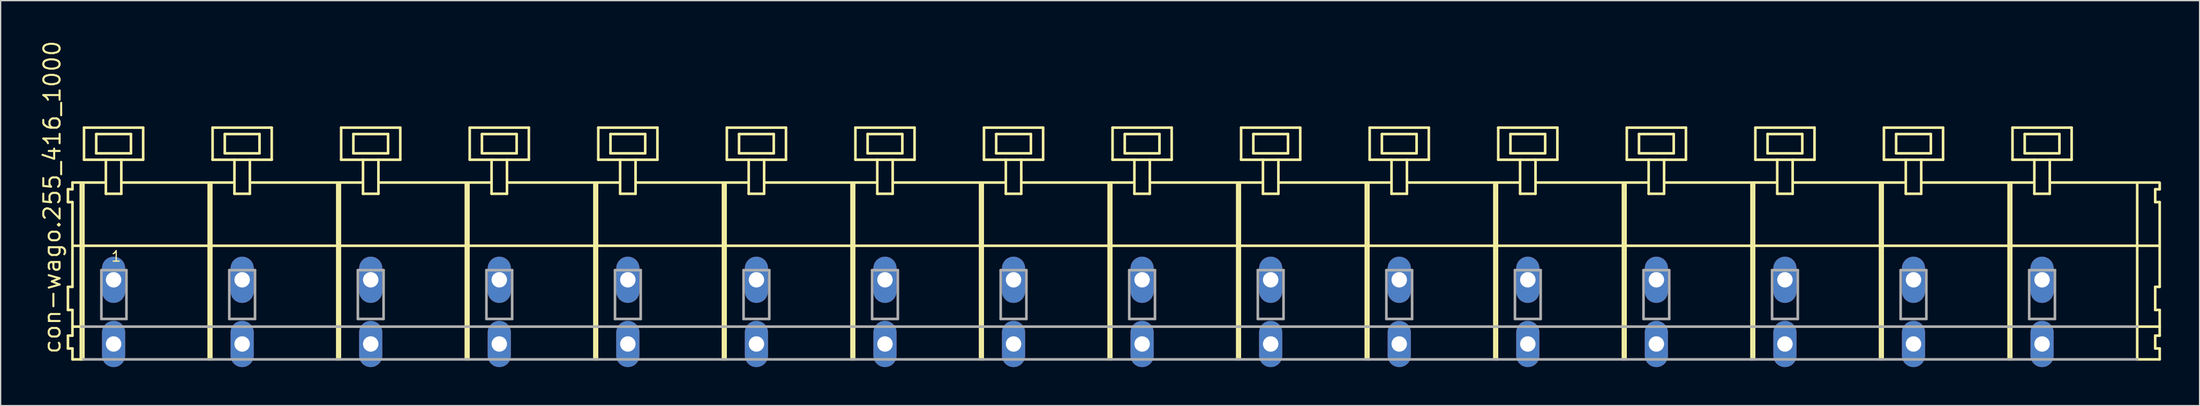
<source format=kicad_pcb>
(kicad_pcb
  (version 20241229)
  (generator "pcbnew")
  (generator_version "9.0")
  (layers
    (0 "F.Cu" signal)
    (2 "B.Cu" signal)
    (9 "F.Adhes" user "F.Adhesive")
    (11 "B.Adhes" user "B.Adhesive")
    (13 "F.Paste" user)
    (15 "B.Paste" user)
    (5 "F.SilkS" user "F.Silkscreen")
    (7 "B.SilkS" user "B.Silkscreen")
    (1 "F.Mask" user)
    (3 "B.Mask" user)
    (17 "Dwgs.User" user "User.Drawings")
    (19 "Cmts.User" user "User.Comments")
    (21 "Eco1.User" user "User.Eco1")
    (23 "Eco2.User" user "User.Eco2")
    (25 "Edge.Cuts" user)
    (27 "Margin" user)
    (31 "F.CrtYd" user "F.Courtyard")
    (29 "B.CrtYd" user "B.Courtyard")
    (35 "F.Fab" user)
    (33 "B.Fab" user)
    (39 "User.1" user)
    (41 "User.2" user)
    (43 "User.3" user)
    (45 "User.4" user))
  (footprint "con-wago.255_416_1000"
    (layer "F.Cu")
    (at 83.285 18.743)
    (property "Reference" "con-wago.255_416_1000" (at -81.535 5.855 90) (layer "F.SilkS") (effects (font (size 1.27 1.27) (thickness 0.16)) (justify left bottom)))
    (attr through_hole)
    (fp_line (start -81.05 -7.05) (end -81.05 -6.05) (stroke (width 0.203) (type default)) (layer "F.SilkS"))
    (fp_line (start -81.05 -6.05) (end -80.7 -6.05) (stroke (width 0.203) (type default)) (layer "F.SilkS"))
    (fp_line (start -81.05 0.55) (end -81.05 2.35) (stroke (width 0.203) (type default)) (layer "F.SilkS"))
    (fp_line (start -81.05 2.35) (end -80.7 2.35) (stroke (width 0.203) (type default)) (layer "F.SilkS"))
    (fp_line (start -81.05 4.35) (end -81.05 5.35) (stroke (width 0.203) (type default)) (layer "F.SilkS"))
    (fp_line (start -81.05 5.35) (end -80.7 5.35) (stroke (width 0.203) (type default)) (layer "F.SilkS"))
    (fp_line (start -80.7 -7.575) (end -80.7 -7.05) (stroke (width 0.203) (type default)) (layer "F.SilkS"))
    (fp_line (start -80.7 -7.575) (end -78.125 -7.575) (stroke (width 0.203) (type default)) (layer "F.SilkS"))
    (fp_line (start -80.7 -7.05) (end -81.05 -7.05) (stroke (width 0.203) (type default)) (layer "F.SilkS"))
    (fp_line (start -80.7 -6.05) (end -80.7 0.55) (stroke (width 0.203) (type default)) (layer "F.SilkS"))
    (fp_line (start -80.7 0.55) (end -81.05 0.55) (stroke (width 0.203) (type default)) (layer "F.SilkS"))
    (fp_line (start -80.7 2.35) (end -80.7 4.35) (stroke (width 0.203) (type default)) (layer "F.SilkS"))
    (fp_line (start -80.7 3.65) (end -80 3.65) (stroke (width 0.203) (type default)) (layer "F.SilkS"))
    (fp_line (start -80.7 4.35) (end -81.05 4.35) (stroke (width 0.203) (type default)) (layer "F.SilkS"))
    (fp_line (start -80.7 5.35) (end -80.7 6.2) (stroke (width 0.203) (type default)) (layer "F.SilkS"))
    (fp_line (start -80.7 6.2) (end -80.05 6.2) (stroke (width 0.203) (type default)) (layer "F.SilkS"))
    (fp_line (start -80.65 -2.65) (end 81.6 -2.65) (stroke (width 0.203) (type default)) (layer "F.SilkS"))
    (fp_line (start -80.05 -7.55) (end -80.05 6.2) (stroke (width 0.203) (type default)) (layer "F.SilkS"))
    (fp_line (start -80.05 6.2) (end -79.85 6.2) (stroke (width 0.203) (type default)) (layer "F.SilkS"))
    (fp_line (start -79.85 -7.55) (end -79.85 6.2) (stroke (width 0.203) (type default)) (layer "F.SilkS"))
    (fp_line (start -79.8 -11.85) (end -79.8 -9.35) (stroke (width 0.203) (type default)) (layer "F.SilkS"))
    (fp_line (start -79.8 -9.35) (end -78.1 -9.35) (stroke (width 0.203) (type default)) (layer "F.SilkS"))
    (fp_line (start -78.85 -11.35) (end -78.85 -9.85) (stroke (width 0.203) (type default)) (layer "F.SilkS"))
    (fp_line (start -78.85 -9.85) (end -76.15 -9.85) (stroke (width 0.203) (type default)) (layer "F.SilkS"))
    (fp_line (start -78.1 -9.35) (end -78.1 -6.7) (stroke (width 0.203) (type default)) (layer "F.SilkS"))
    (fp_line (start -78.1 -9.35) (end -76.9 -9.35) (stroke (width 0.203) (type default)) (layer "F.SilkS"))
    (fp_line (start -78.1 -6.7) (end -76.9 -6.7) (stroke (width 0.203) (type default)) (layer "F.SilkS"))
    (fp_line (start -76.9 -9.35) (end -75.2 -9.35) (stroke (width 0.203) (type default)) (layer "F.SilkS"))
    (fp_line (start -76.9 -6.7) (end -76.9 -9.35) (stroke (width 0.203) (type default)) (layer "F.SilkS"))
    (fp_line (start -76.825 -7.575) (end -68.125 -7.575) (stroke (width 0.203) (type default)) (layer "F.SilkS"))
    (fp_line (start -76.15 -11.35) (end -78.85 -11.35) (stroke (width 0.203) (type default)) (layer "F.SilkS"))
    (fp_line (start -76.15 -9.85) (end -76.15 -11.35) (stroke (width 0.203) (type default)) (layer "F.SilkS"))
    (fp_line (start -75.2 -11.85) (end -79.8 -11.85) (stroke (width 0.203) (type default)) (layer "F.SilkS"))
    (fp_line (start -75.2 -9.35) (end -75.2 -11.85) (stroke (width 0.203) (type default)) (layer "F.SilkS"))
    (fp_line (start -70.1 -7.55) (end -70.1 6.2) (stroke (width 0.203) (type default)) (layer "F.SilkS"))
    (fp_line (start -69.9 -7.55) (end -69.9 6.2) (stroke (width 0.203) (type default)) (layer "F.SilkS"))
    (fp_line (start -69.8 -11.85) (end -69.8 -9.35) (stroke (width 0.203) (type default)) (layer "F.SilkS"))
    (fp_line (start -69.8 -9.35) (end -68.1 -9.35) (stroke (width 0.203) (type default)) (layer "F.SilkS"))
    (fp_line (start -68.85 -11.35) (end -68.85 -9.85) (stroke (width 0.203) (type default)) (layer "F.SilkS"))
    (fp_line (start -68.85 -9.85) (end -66.15 -9.85) (stroke (width 0.203) (type default)) (layer "F.SilkS"))
    (fp_line (start -68.1 -9.35) (end -68.1 -6.7) (stroke (width 0.203) (type default)) (layer "F.SilkS"))
    (fp_line (start -68.1 -9.35) (end -66.9 -9.35) (stroke (width 0.203) (type default)) (layer "F.SilkS"))
    (fp_line (start -68.1 -6.7) (end -66.9 -6.7) (stroke (width 0.203) (type default)) (layer "F.SilkS"))
    (fp_line (start -66.9 -9.35) (end -65.2 -9.35) (stroke (width 0.203) (type default)) (layer "F.SilkS"))
    (fp_line (start -66.9 -6.7) (end -66.9 -9.35) (stroke (width 0.203) (type default)) (layer "F.SilkS"))
    (fp_line (start -66.825 -7.575) (end -58.125 -7.575) (stroke (width 0.203) (type default)) (layer "F.SilkS"))
    (fp_line (start -66.15 -11.35) (end -68.85 -11.35) (stroke (width 0.203) (type default)) (layer "F.SilkS"))
    (fp_line (start -66.15 -9.85) (end -66.15 -11.35) (stroke (width 0.203) (type default)) (layer "F.SilkS"))
    (fp_line (start -65.2 -11.85) (end -69.8 -11.85) (stroke (width 0.203) (type default)) (layer "F.SilkS"))
    (fp_line (start -65.2 -9.35) (end -65.2 -11.85) (stroke (width 0.203) (type default)) (layer "F.SilkS"))
    (fp_line (start -60.1 -7.55) (end -60.1 6.2) (stroke (width 0.203) (type default)) (layer "F.SilkS"))
    (fp_line (start -59.9 -7.55) (end -59.9 6.2) (stroke (width 0.203) (type default)) (layer "F.SilkS"))
    (fp_line (start -59.8 -11.85) (end -59.8 -9.35) (stroke (width 0.203) (type default)) (layer "F.SilkS"))
    (fp_line (start -59.8 -9.35) (end -58.1 -9.35) (stroke (width 0.203) (type default)) (layer "F.SilkS"))
    (fp_line (start -58.85 -11.35) (end -58.85 -9.85) (stroke (width 0.203) (type default)) (layer "F.SilkS"))
    (fp_line (start -58.85 -9.85) (end -56.15 -9.85) (stroke (width 0.203) (type default)) (layer "F.SilkS"))
    (fp_line (start -58.1 -9.35) (end -58.1 -6.7) (stroke (width 0.203) (type default)) (layer "F.SilkS"))
    (fp_line (start -58.1 -9.35) (end -56.9 -9.35) (stroke (width 0.203) (type default)) (layer "F.SilkS"))
    (fp_line (start -58.1 -6.7) (end -56.9 -6.7) (stroke (width 0.203) (type default)) (layer "F.SilkS"))
    (fp_line (start -56.9 -9.35) (end -55.2 -9.35) (stroke (width 0.203) (type default)) (layer "F.SilkS"))
    (fp_line (start -56.9 -6.7) (end -56.9 -9.35) (stroke (width 0.203) (type default)) (layer "F.SilkS"))
    (fp_line (start -56.825 -7.575) (end -48.125 -7.575) (stroke (width 0.203) (type default)) (layer "F.SilkS"))
    (fp_line (start -56.15 -11.35) (end -58.85 -11.35) (stroke (width 0.203) (type default)) (layer "F.SilkS"))
    (fp_line (start -56.15 -9.85) (end -56.15 -11.35) (stroke (width 0.203) (type default)) (layer "F.SilkS"))
    (fp_line (start -55.2 -11.85) (end -59.8 -11.85) (stroke (width 0.203) (type default)) (layer "F.SilkS"))
    (fp_line (start -55.2 -9.35) (end -55.2 -11.85) (stroke (width 0.203) (type default)) (layer "F.SilkS"))
    (fp_line (start -50.1 -7.55) (end -50.1 6.2) (stroke (width 0.203) (type default)) (layer "F.SilkS"))
    (fp_line (start -49.9 -7.55) (end -49.9 6.2) (stroke (width 0.203) (type default)) (layer "F.SilkS"))
    (fp_line (start -49.8 -11.85) (end -49.8 -9.35) (stroke (width 0.203) (type default)) (layer "F.SilkS"))
    (fp_line (start -49.8 -9.35) (end -48.1 -9.35) (stroke (width 0.203) (type default)) (layer "F.SilkS"))
    (fp_line (start -48.85 -11.35) (end -48.85 -9.85) (stroke (width 0.203) (type default)) (layer "F.SilkS"))
    (fp_line (start -48.85 -9.85) (end -46.15 -9.85) (stroke (width 0.203) (type default)) (layer "F.SilkS"))
    (fp_line (start -48.1 -9.35) (end -48.1 -6.7) (stroke (width 0.203) (type default)) (layer "F.SilkS"))
    (fp_line (start -48.1 -9.35) (end -46.9 -9.35) (stroke (width 0.203) (type default)) (layer "F.SilkS"))
    (fp_line (start -48.1 -6.7) (end -46.9 -6.7) (stroke (width 0.203) (type default)) (layer "F.SilkS"))
    (fp_line (start -46.9 -9.35) (end -45.2 -9.35) (stroke (width 0.203) (type default)) (layer "F.SilkS"))
    (fp_line (start -46.9 -6.7) (end -46.9 -9.35) (stroke (width 0.203) (type default)) (layer "F.SilkS"))
    (fp_line (start -46.825 -7.575) (end -38.125 -7.575) (stroke (width 0.203) (type default)) (layer "F.SilkS"))
    (fp_line (start -46.15 -11.35) (end -48.85 -11.35) (stroke (width 0.203) (type default)) (layer "F.SilkS"))
    (fp_line (start -46.15 -9.85) (end -46.15 -11.35) (stroke (width 0.203) (type default)) (layer "F.SilkS"))
    (fp_line (start -45.2 -11.85) (end -49.8 -11.85) (stroke (width 0.203) (type default)) (layer "F.SilkS"))
    (fp_line (start -45.2 -9.35) (end -45.2 -11.85) (stroke (width 0.203) (type default)) (layer "F.SilkS"))
    (fp_line (start -40.1 -7.55) (end -40.1 6.2) (stroke (width 0.203) (type default)) (layer "F.SilkS"))
    (fp_line (start -39.9 -7.55) (end -39.9 6.2) (stroke (width 0.203) (type default)) (layer "F.SilkS"))
    (fp_line (start -39.8 -11.85) (end -39.8 -9.35) (stroke (width 0.203) (type default)) (layer "F.SilkS"))
    (fp_line (start -39.8 -9.35) (end -38.1 -9.35) (stroke (width 0.203) (type default)) (layer "F.SilkS"))
    (fp_line (start -38.85 -11.35) (end -38.85 -9.85) (stroke (width 0.203) (type default)) (layer "F.SilkS"))
    (fp_line (start -38.85 -9.85) (end -36.15 -9.85) (stroke (width 0.203) (type default)) (layer "F.SilkS"))
    (fp_line (start -38.1 -9.35) (end -38.1 -6.7) (stroke (width 0.203) (type default)) (layer "F.SilkS"))
    (fp_line (start -38.1 -9.35) (end -36.9 -9.35) (stroke (width 0.203) (type default)) (layer "F.SilkS"))
    (fp_line (start -38.1 -6.7) (end -36.9 -6.7) (stroke (width 0.203) (type default)) (layer "F.SilkS"))
    (fp_line (start -36.9 -9.35) (end -35.2 -9.35) (stroke (width 0.203) (type default)) (layer "F.SilkS"))
    (fp_line (start -36.9 -6.7) (end -36.9 -9.35) (stroke (width 0.203) (type default)) (layer "F.SilkS"))
    (fp_line (start -36.825 -7.575) (end -28.125 -7.575) (stroke (width 0.203) (type default)) (layer "F.SilkS"))
    (fp_line (start -36.15 -11.35) (end -38.85 -11.35) (stroke (width 0.203) (type default)) (layer "F.SilkS"))
    (fp_line (start -36.15 -9.85) (end -36.15 -11.35) (stroke (width 0.203) (type default)) (layer "F.SilkS"))
    (fp_line (start -35.2 -11.85) (end -39.8 -11.85) (stroke (width 0.203) (type default)) (layer "F.SilkS"))
    (fp_line (start -35.2 -9.35) (end -35.2 -11.85) (stroke (width 0.203) (type default)) (layer "F.SilkS"))
    (fp_line (start -30.1 -7.55) (end -30.1 6.2) (stroke (width 0.203) (type default)) (layer "F.SilkS"))
    (fp_line (start -29.9 -7.55) (end -29.9 6.2) (stroke (width 0.203) (type default)) (layer "F.SilkS"))
    (fp_line (start -29.8 -11.85) (end -29.8 -9.35) (stroke (width 0.203) (type default)) (layer "F.SilkS"))
    (fp_line (start -29.8 -9.35) (end -28.1 -9.35) (stroke (width 0.203) (type default)) (layer "F.SilkS"))
    (fp_line (start -28.85 -11.35) (end -28.85 -9.85) (stroke (width 0.203) (type default)) (layer "F.SilkS"))
    (fp_line (start -28.85 -9.85) (end -26.15 -9.85) (stroke (width 0.203) (type default)) (layer "F.SilkS"))
    (fp_line (start -28.1 -9.35) (end -28.1 -6.7) (stroke (width 0.203) (type default)) (layer "F.SilkS"))
    (fp_line (start -28.1 -9.35) (end -26.9 -9.35) (stroke (width 0.203) (type default)) (layer "F.SilkS"))
    (fp_line (start -28.1 -6.7) (end -26.9 -6.7) (stroke (width 0.203) (type default)) (layer "F.SilkS"))
    (fp_line (start -26.9 -9.35) (end -25.2 -9.35) (stroke (width 0.203) (type default)) (layer "F.SilkS"))
    (fp_line (start -26.9 -6.7) (end -26.9 -9.35) (stroke (width 0.203) (type default)) (layer "F.SilkS"))
    (fp_line (start -26.825 -7.575) (end -18.125 -7.575) (stroke (width 0.203) (type default)) (layer "F.SilkS"))
    (fp_line (start -26.15 -11.35) (end -28.85 -11.35) (stroke (width 0.203) (type default)) (layer "F.SilkS"))
    (fp_line (start -26.15 -9.85) (end -26.15 -11.35) (stroke (width 0.203) (type default)) (layer "F.SilkS"))
    (fp_line (start -25.2 -11.85) (end -29.8 -11.85) (stroke (width 0.203) (type default)) (layer "F.SilkS"))
    (fp_line (start -25.2 -9.35) (end -25.2 -11.85) (stroke (width 0.203) (type default)) (layer "F.SilkS"))
    (fp_line (start -20.1 -7.55) (end -20.1 6.2) (stroke (width 0.203) (type default)) (layer "F.SilkS"))
    (fp_line (start -19.9 -7.55) (end -19.9 6.2) (stroke (width 0.203) (type default)) (layer "F.SilkS"))
    (fp_line (start -19.8 -11.85) (end -19.8 -9.35) (stroke (width 0.203) (type default)) (layer "F.SilkS"))
    (fp_line (start -19.8 -9.35) (end -18.1 -9.35) (stroke (width 0.203) (type default)) (layer "F.SilkS"))
    (fp_line (start -18.85 -11.35) (end -18.85 -9.85) (stroke (width 0.203) (type default)) (layer "F.SilkS"))
    (fp_line (start -18.85 -9.85) (end -16.15 -9.85) (stroke (width 0.203) (type default)) (layer "F.SilkS"))
    (fp_line (start -18.1 -9.35) (end -18.1 -6.7) (stroke (width 0.203) (type default)) (layer "F.SilkS"))
    (fp_line (start -18.1 -9.35) (end -16.9 -9.35) (stroke (width 0.203) (type default)) (layer "F.SilkS"))
    (fp_line (start -18.1 -6.7) (end -16.9 -6.7) (stroke (width 0.203) (type default)) (layer "F.SilkS"))
    (fp_line (start -16.9 -9.35) (end -15.2 -9.35) (stroke (width 0.203) (type default)) (layer "F.SilkS"))
    (fp_line (start -16.9 -6.7) (end -16.9 -9.35) (stroke (width 0.203) (type default)) (layer "F.SilkS"))
    (fp_line (start -16.825 -7.575) (end -8.125 -7.575) (stroke (width 0.203) (type default)) (layer "F.SilkS"))
    (fp_line (start -16.15 -11.35) (end -18.85 -11.35) (stroke (width 0.203) (type default)) (layer "F.SilkS"))
    (fp_line (start -16.15 -9.85) (end -16.15 -11.35) (stroke (width 0.203) (type default)) (layer "F.SilkS"))
    (fp_line (start -15.2 -11.85) (end -19.8 -11.85) (stroke (width 0.203) (type default)) (layer "F.SilkS"))
    (fp_line (start -15.2 -9.35) (end -15.2 -11.85) (stroke (width 0.203) (type default)) (layer "F.SilkS"))
    (fp_line (start -10.1 -7.55) (end -10.1 6.2) (stroke (width 0.203) (type default)) (layer "F.SilkS"))
    (fp_line (start -9.9 -7.55) (end -9.9 6.2) (stroke (width 0.203) (type default)) (layer "F.SilkS"))
    (fp_line (start -9.8 -11.85) (end -9.8 -9.35) (stroke (width 0.203) (type default)) (layer "F.SilkS"))
    (fp_line (start -9.8 -9.35) (end -8.1 -9.35) (stroke (width 0.203) (type default)) (layer "F.SilkS"))
    (fp_line (start -8.85 -11.35) (end -8.85 -9.85) (stroke (width 0.203) (type default)) (layer "F.SilkS"))
    (fp_line (start -8.85 -9.85) (end -6.15 -9.85) (stroke (width 0.203) (type default)) (layer "F.SilkS"))
    (fp_line (start -8.1 -9.35) (end -8.1 -6.7) (stroke (width 0.203) (type default)) (layer "F.SilkS"))
    (fp_line (start -8.1 -9.35) (end -6.9 -9.35) (stroke (width 0.203) (type default)) (layer "F.SilkS"))
    (fp_line (start -8.1 -6.7) (end -6.9 -6.7) (stroke (width 0.203) (type default)) (layer "F.SilkS"))
    (fp_line (start -6.9 -9.35) (end -5.2 -9.35) (stroke (width 0.203) (type default)) (layer "F.SilkS"))
    (fp_line (start -6.9 -6.7) (end -6.9 -9.35) (stroke (width 0.203) (type default)) (layer "F.SilkS"))
    (fp_line (start -6.825 -7.575) (end 1.875 -7.575) (stroke (width 0.203) (type default)) (layer "F.SilkS"))
    (fp_line (start -6.15 -11.35) (end -8.85 -11.35) (stroke (width 0.203) (type default)) (layer "F.SilkS"))
    (fp_line (start -6.15 -9.85) (end -6.15 -11.35) (stroke (width 0.203) (type default)) (layer "F.SilkS"))
    (fp_line (start -5.2 -11.85) (end -9.8 -11.85) (stroke (width 0.203) (type default)) (layer "F.SilkS"))
    (fp_line (start -5.2 -9.35) (end -5.2 -11.85) (stroke (width 0.203) (type default)) (layer "F.SilkS"))
    (fp_line (start -0.1 -7.55) (end -0.1 6.2) (stroke (width 0.203) (type default)) (layer "F.SilkS"))
    (fp_line (start 0.1 -7.55) (end 0.1 6.2) (stroke (width 0.203) (type default)) (layer "F.SilkS"))
    (fp_line (start 0.2 -11.85) (end 0.2 -9.35) (stroke (width 0.203) (type default)) (layer "F.SilkS"))
    (fp_line (start 0.2 -9.35) (end 1.9 -9.35) (stroke (width 0.203) (type default)) (layer "F.SilkS"))
    (fp_line (start 1.15 -11.35) (end 1.15 -9.85) (stroke (width 0.203) (type default)) (layer "F.SilkS"))
    (fp_line (start 1.15 -9.85) (end 3.85 -9.85) (stroke (width 0.203) (type default)) (layer "F.SilkS"))
    (fp_line (start 1.9 -9.35) (end 1.9 -6.7) (stroke (width 0.203) (type default)) (layer "F.SilkS"))
    (fp_line (start 1.9 -9.35) (end 3.1 -9.35) (stroke (width 0.203) (type default)) (layer "F.SilkS"))
    (fp_line (start 1.9 -6.7) (end 3.1 -6.7) (stroke (width 0.203) (type default)) (layer "F.SilkS"))
    (fp_line (start 3.1 -9.35) (end 4.8 -9.35) (stroke (width 0.203) (type default)) (layer "F.SilkS"))
    (fp_line (start 3.1 -6.7) (end 3.1 -9.35) (stroke (width 0.203) (type default)) (layer "F.SilkS"))
    (fp_line (start 3.175 -7.575) (end 11.875 -7.575) (stroke (width 0.203) (type default)) (layer "F.SilkS"))
    (fp_line (start 3.85 -11.35) (end 1.15 -11.35) (stroke (width 0.203) (type default)) (layer "F.SilkS"))
    (fp_line (start 3.85 -9.85) (end 3.85 -11.35) (stroke (width 0.203) (type default)) (layer "F.SilkS"))
    (fp_line (start 4.8 -11.85) (end 0.2 -11.85) (stroke (width 0.203) (type default)) (layer "F.SilkS"))
    (fp_line (start 4.8 -9.35) (end 4.8 -11.85) (stroke (width 0.203) (type default)) (layer "F.SilkS"))
    (fp_line (start 9.9 -7.55) (end 9.9 6.2) (stroke (width 0.203) (type default)) (layer "F.SilkS"))
    (fp_line (start 10.1 -7.55) (end 10.1 6.2) (stroke (width 0.203) (type default)) (layer "F.SilkS"))
    (fp_line (start 10.2 -11.85) (end 10.2 -9.35) (stroke (width 0.203) (type default)) (layer "F.SilkS"))
    (fp_line (start 10.2 -9.35) (end 11.9 -9.35) (stroke (width 0.203) (type default)) (layer "F.SilkS"))
    (fp_line (start 11.15 -11.35) (end 11.15 -9.85) (stroke (width 0.203) (type default)) (layer "F.SilkS"))
    (fp_line (start 11.15 -9.85) (end 13.85 -9.85) (stroke (width 0.203) (type default)) (layer "F.SilkS"))
    (fp_line (start 11.9 -9.35) (end 11.9 -6.7) (stroke (width 0.203) (type default)) (layer "F.SilkS"))
    (fp_line (start 11.9 -9.35) (end 13.1 -9.35) (stroke (width 0.203) (type default)) (layer "F.SilkS"))
    (fp_line (start 11.9 -6.7) (end 13.1 -6.7) (stroke (width 0.203) (type default)) (layer "F.SilkS"))
    (fp_line (start 13.1 -9.35) (end 14.8 -9.35) (stroke (width 0.203) (type default)) (layer "F.SilkS"))
    (fp_line (start 13.1 -6.7) (end 13.1 -9.35) (stroke (width 0.203) (type default)) (layer "F.SilkS"))
    (fp_line (start 13.175 -7.575) (end 21.875 -7.575) (stroke (width 0.203) (type default)) (layer "F.SilkS"))
    (fp_line (start 13.85 -11.35) (end 11.15 -11.35) (stroke (width 0.203) (type default)) (layer "F.SilkS"))
    (fp_line (start 13.85 -9.85) (end 13.85 -11.35) (stroke (width 0.203) (type default)) (layer "F.SilkS"))
    (fp_line (start 14.8 -11.85) (end 10.2 -11.85) (stroke (width 0.203) (type default)) (layer "F.SilkS"))
    (fp_line (start 14.8 -9.35) (end 14.8 -11.85) (stroke (width 0.203) (type default)) (layer "F.SilkS"))
    (fp_line (start 19.9 -7.55) (end 19.9 6.2) (stroke (width 0.203) (type default)) (layer "F.SilkS"))
    (fp_line (start 20.1 -7.55) (end 20.1 6.2) (stroke (width 0.203) (type default)) (layer "F.SilkS"))
    (fp_line (start 20.2 -11.85) (end 20.2 -9.35) (stroke (width 0.203) (type default)) (layer "F.SilkS"))
    (fp_line (start 20.2 -9.35) (end 21.9 -9.35) (stroke (width 0.203) (type default)) (layer "F.SilkS"))
    (fp_line (start 21.15 -11.35) (end 21.15 -9.85) (stroke (width 0.203) (type default)) (layer "F.SilkS"))
    (fp_line (start 21.15 -9.85) (end 23.85 -9.85) (stroke (width 0.203) (type default)) (layer "F.SilkS"))
    (fp_line (start 21.9 -9.35) (end 21.9 -6.7) (stroke (width 0.203) (type default)) (layer "F.SilkS"))
    (fp_line (start 21.9 -9.35) (end 23.1 -9.35) (stroke (width 0.203) (type default)) (layer "F.SilkS"))
    (fp_line (start 21.9 -6.7) (end 23.1 -6.7) (stroke (width 0.203) (type default)) (layer "F.SilkS"))
    (fp_line (start 23.1 -9.35) (end 24.8 -9.35) (stroke (width 0.203) (type default)) (layer "F.SilkS"))
    (fp_line (start 23.1 -6.7) (end 23.1 -9.35) (stroke (width 0.203) (type default)) (layer "F.SilkS"))
    (fp_line (start 23.175 -7.575) (end 31.875 -7.575) (stroke (width 0.203) (type default)) (layer "F.SilkS"))
    (fp_line (start 23.85 -11.35) (end 21.15 -11.35) (stroke (width 0.203) (type default)) (layer "F.SilkS"))
    (fp_line (start 23.85 -9.85) (end 23.85 -11.35) (stroke (width 0.203) (type default)) (layer "F.SilkS"))
    (fp_line (start 24.8 -11.85) (end 20.2 -11.85) (stroke (width 0.203) (type default)) (layer "F.SilkS"))
    (fp_line (start 24.8 -9.35) (end 24.8 -11.85) (stroke (width 0.203) (type default)) (layer "F.SilkS"))
    (fp_line (start 29.9 -7.55) (end 29.9 6.2) (stroke (width 0.203) (type default)) (layer "F.SilkS"))
    (fp_line (start 30.1 -7.55) (end 30.1 6.2) (stroke (width 0.203) (type default)) (layer "F.SilkS"))
    (fp_line (start 30.2 -11.85) (end 30.2 -9.35) (stroke (width 0.203) (type default)) (layer "F.SilkS"))
    (fp_line (start 30.2 -9.35) (end 31.9 -9.35) (stroke (width 0.203) (type default)) (layer "F.SilkS"))
    (fp_line (start 31.15 -11.35) (end 31.15 -9.85) (stroke (width 0.203) (type default)) (layer "F.SilkS"))
    (fp_line (start 31.15 -9.85) (end 33.85 -9.85) (stroke (width 0.203) (type default)) (layer "F.SilkS"))
    (fp_line (start 31.9 -9.35) (end 31.9 -6.7) (stroke (width 0.203) (type default)) (layer "F.SilkS"))
    (fp_line (start 31.9 -9.35) (end 33.1 -9.35) (stroke (width 0.203) (type default)) (layer "F.SilkS"))
    (fp_line (start 31.9 -6.7) (end 33.1 -6.7) (stroke (width 0.203) (type default)) (layer "F.SilkS"))
    (fp_line (start 33.1 -9.35) (end 34.8 -9.35) (stroke (width 0.203) (type default)) (layer "F.SilkS"))
    (fp_line (start 33.1 -6.7) (end 33.1 -9.35) (stroke (width 0.203) (type default)) (layer "F.SilkS"))
    (fp_line (start 33.175 -7.575) (end 41.875 -7.575) (stroke (width 0.203) (type default)) (layer "F.SilkS"))
    (fp_line (start 33.85 -11.35) (end 31.15 -11.35) (stroke (width 0.203) (type default)) (layer "F.SilkS"))
    (fp_line (start 33.85 -9.85) (end 33.85 -11.35) (stroke (width 0.203) (type default)) (layer "F.SilkS"))
    (fp_line (start 34.8 -11.85) (end 30.2 -11.85) (stroke (width 0.203) (type default)) (layer "F.SilkS"))
    (fp_line (start 34.8 -9.35) (end 34.8 -11.85) (stroke (width 0.203) (type default)) (layer "F.SilkS"))
    (fp_line (start 39.9 -7.55) (end 39.9 6.2) (stroke (width 0.203) (type default)) (layer "F.SilkS"))
    (fp_line (start 40.1 -7.55) (end 40.1 6.2) (stroke (width 0.203) (type default)) (layer "F.SilkS"))
    (fp_line (start 40.2 -11.85) (end 40.2 -9.35) (stroke (width 0.203) (type default)) (layer "F.SilkS"))
    (fp_line (start 40.2 -9.35) (end 41.9 -9.35) (stroke (width 0.203) (type default)) (layer "F.SilkS"))
    (fp_line (start 41.15 -11.35) (end 41.15 -9.85) (stroke (width 0.203) (type default)) (layer "F.SilkS"))
    (fp_line (start 41.15 -9.85) (end 43.85 -9.85) (stroke (width 0.203) (type default)) (layer "F.SilkS"))
    (fp_line (start 41.9 -9.35) (end 41.9 -6.7) (stroke (width 0.203) (type default)) (layer "F.SilkS"))
    (fp_line (start 41.9 -9.35) (end 43.1 -9.35) (stroke (width 0.203) (type default)) (layer "F.SilkS"))
    (fp_line (start 41.9 -6.7) (end 43.1 -6.7) (stroke (width 0.203) (type default)) (layer "F.SilkS"))
    (fp_line (start 43.1 -9.35) (end 44.8 -9.35) (stroke (width 0.203) (type default)) (layer "F.SilkS"))
    (fp_line (start 43.1 -6.7) (end 43.1 -9.35) (stroke (width 0.203) (type default)) (layer "F.SilkS"))
    (fp_line (start 43.175 -7.575) (end 51.875 -7.575) (stroke (width 0.203) (type default)) (layer "F.SilkS"))
    (fp_line (start 43.85 -11.35) (end 41.15 -11.35) (stroke (width 0.203) (type default)) (layer "F.SilkS"))
    (fp_line (start 43.85 -9.85) (end 43.85 -11.35) (stroke (width 0.203) (type default)) (layer "F.SilkS"))
    (fp_line (start 44.8 -11.85) (end 40.2 -11.85) (stroke (width 0.203) (type default)) (layer "F.SilkS"))
    (fp_line (start 44.8 -9.35) (end 44.8 -11.85) (stroke (width 0.203) (type default)) (layer "F.SilkS"))
    (fp_line (start 49.9 -7.55) (end 49.9 6.2) (stroke (width 0.203) (type default)) (layer "F.SilkS"))
    (fp_line (start 50.1 -7.55) (end 50.1 6.2) (stroke (width 0.203) (type default)) (layer "F.SilkS"))
    (fp_line (start 50.2 -11.85) (end 50.2 -9.35) (stroke (width 0.203) (type default)) (layer "F.SilkS"))
    (fp_line (start 50.2 -9.35) (end 51.9 -9.35) (stroke (width 0.203) (type default)) (layer "F.SilkS"))
    (fp_line (start 51.15 -11.35) (end 51.15 -9.85) (stroke (width 0.203) (type default)) (layer "F.SilkS"))
    (fp_line (start 51.15 -9.85) (end 53.85 -9.85) (stroke (width 0.203) (type default)) (layer "F.SilkS"))
    (fp_line (start 51.9 -9.35) (end 51.9 -6.7) (stroke (width 0.203) (type default)) (layer "F.SilkS"))
    (fp_line (start 51.9 -9.35) (end 53.1 -9.35) (stroke (width 0.203) (type default)) (layer "F.SilkS"))
    (fp_line (start 51.9 -6.7) (end 53.1 -6.7) (stroke (width 0.203) (type default)) (layer "F.SilkS"))
    (fp_line (start 53.1 -9.35) (end 54.8 -9.35) (stroke (width 0.203) (type default)) (layer "F.SilkS"))
    (fp_line (start 53.1 -6.7) (end 53.1 -9.35) (stroke (width 0.203) (type default)) (layer "F.SilkS"))
    (fp_line (start 53.175 -7.575) (end 61.875 -7.575) (stroke (width 0.203) (type default)) (layer "F.SilkS"))
    (fp_line (start 53.85 -11.35) (end 51.15 -11.35) (stroke (width 0.203) (type default)) (layer "F.SilkS"))
    (fp_line (start 53.85 -9.85) (end 53.85 -11.35) (stroke (width 0.203) (type default)) (layer "F.SilkS"))
    (fp_line (start 54.8 -11.85) (end 50.2 -11.85) (stroke (width 0.203) (type default)) (layer "F.SilkS"))
    (fp_line (start 54.8 -9.35) (end 54.8 -11.85) (stroke (width 0.203) (type default)) (layer "F.SilkS"))
    (fp_line (start 59.9 -7.55) (end 59.9 6.2) (stroke (width 0.203) (type default)) (layer "F.SilkS"))
    (fp_line (start 60.1 -7.55) (end 60.1 6.2) (stroke (width 0.203) (type default)) (layer "F.SilkS"))
    (fp_line (start 60.2 -11.85) (end 60.2 -9.35) (stroke (width 0.203) (type default)) (layer "F.SilkS"))
    (fp_line (start 60.2 -9.35) (end 61.9 -9.35) (stroke (width 0.203) (type default)) (layer "F.SilkS"))
    (fp_line (start 61.15 -11.35) (end 61.15 -9.85) (stroke (width 0.203) (type default)) (layer "F.SilkS"))
    (fp_line (start 61.15 -9.85) (end 63.85 -9.85) (stroke (width 0.203) (type default)) (layer "F.SilkS"))
    (fp_line (start 61.9 -9.35) (end 61.9 -6.7) (stroke (width 0.203) (type default)) (layer "F.SilkS"))
    (fp_line (start 61.9 -9.35) (end 63.1 -9.35) (stroke (width 0.203) (type default)) (layer "F.SilkS"))
    (fp_line (start 61.9 -6.7) (end 63.1 -6.7) (stroke (width 0.203) (type default)) (layer "F.SilkS"))
    (fp_line (start 63.1 -9.35) (end 64.8 -9.35) (stroke (width 0.203) (type default)) (layer "F.SilkS"))
    (fp_line (start 63.1 -6.7) (end 63.1 -9.35) (stroke (width 0.203) (type default)) (layer "F.SilkS"))
    (fp_line (start 63.175 -7.575) (end 71.875 -7.575) (stroke (width 0.203) (type default)) (layer "F.SilkS"))
    (fp_line (start 63.85 -11.35) (end 61.15 -11.35) (stroke (width 0.203) (type default)) (layer "F.SilkS"))
    (fp_line (start 63.85 -9.85) (end 63.85 -11.35) (stroke (width 0.203) (type default)) (layer "F.SilkS"))
    (fp_line (start 64.8 -11.85) (end 60.2 -11.85) (stroke (width 0.203) (type default)) (layer "F.SilkS"))
    (fp_line (start 64.8 -9.35) (end 64.8 -11.85) (stroke (width 0.203) (type default)) (layer "F.SilkS"))
    (fp_line (start 69.9 -7.55) (end 69.9 6.2) (stroke (width 0.203) (type default)) (layer "F.SilkS"))
    (fp_line (start 70.1 -7.55) (end 70.1 6.2) (stroke (width 0.203) (type default)) (layer "F.SilkS"))
    (fp_line (start 70.2 -11.85) (end 70.2 -9.35) (stroke (width 0.203) (type default)) (layer "F.SilkS"))
    (fp_line (start 70.2 -9.35) (end 71.9 -9.35) (stroke (width 0.203) (type default)) (layer "F.SilkS"))
    (fp_line (start 71.15 -11.35) (end 71.15 -9.85) (stroke (width 0.203) (type default)) (layer "F.SilkS"))
    (fp_line (start 71.15 -9.85) (end 73.85 -9.85) (stroke (width 0.203) (type default)) (layer "F.SilkS"))
    (fp_line (start 71.9 -9.35) (end 71.9 -6.7) (stroke (width 0.203) (type default)) (layer "F.SilkS"))
    (fp_line (start 71.9 -9.35) (end 73.1 -9.35) (stroke (width 0.203) (type default)) (layer "F.SilkS"))
    (fp_line (start 71.9 -6.7) (end 73.1 -6.7) (stroke (width 0.203) (type default)) (layer "F.SilkS"))
    (fp_line (start 73.1 -9.35) (end 74.8 -9.35) (stroke (width 0.203) (type default)) (layer "F.SilkS"))
    (fp_line (start 73.1 -6.7) (end 73.1 -9.35) (stroke (width 0.203) (type default)) (layer "F.SilkS"))
    (fp_line (start 73.125 -7.575) (end 81.625 -7.575) (stroke (width 0.203) (type default)) (layer "F.SilkS"))
    (fp_line (start 73.85 -11.35) (end 71.15 -11.35) (stroke (width 0.203) (type default)) (layer "F.SilkS"))
    (fp_line (start 73.85 -9.85) (end 73.85 -11.35) (stroke (width 0.203) (type default)) (layer "F.SilkS"))
    (fp_line (start 74.8 -11.85) (end 70.2 -11.85) (stroke (width 0.203) (type default)) (layer "F.SilkS"))
    (fp_line (start 74.8 -9.35) (end 74.8 -11.85) (stroke (width 0.203) (type default)) (layer "F.SilkS"))
    (fp_line (start 79.9 -7.55) (end 79.9 6.2) (stroke (width 0.203) (type default)) (layer "F.SilkS"))
    (fp_line (start 79.9 6.2) (end 81.65 6.2) (stroke (width 0.203) (type default)) (layer "F.SilkS"))
    (fp_line (start 79.95 3.65) (end 81.65 3.65) (stroke (width 0.203) (type default)) (layer "F.SilkS"))
    (fp_line (start 81.3 -7.05) (end 81.3 -6.05) (stroke (width 0.203) (type default)) (layer "F.SilkS"))
    (fp_line (start 81.3 -6.05) (end 81.65 -6.05) (stroke (width 0.203) (type default)) (layer "F.SilkS"))
    (fp_line (start 81.3 0.55) (end 81.3 2.35) (stroke (width 0.203) (type default)) (layer "F.SilkS"))
    (fp_line (start 81.3 2.35) (end 81.65 2.35) (stroke (width 0.203) (type default)) (layer "F.SilkS"))
    (fp_line (start 81.3 4.35) (end 81.3 5.35) (stroke (width 0.203) (type default)) (layer "F.SilkS"))
    (fp_line (start 81.3 5.35) (end 81.65 5.35) (stroke (width 0.203) (type default)) (layer "F.SilkS"))
    (fp_line (start 81.65 -7.05) (end 81.3 -7.05) (stroke (width 0.203) (type default)) (layer "F.SilkS"))
    (fp_line (start 81.65 -7.05) (end 81.65 -7.55) (stroke (width 0.203) (type default)) (layer "F.SilkS"))
    (fp_line (start 81.65 0.55) (end 81.3 0.55) (stroke (width 0.203) (type default)) (layer "F.SilkS"))
    (fp_line (start 81.65 0.55) (end 81.65 -6.05) (stroke (width 0.203) (type default)) (layer "F.SilkS"))
    (fp_line (start 81.65 3.65) (end 81.65 2.35) (stroke (width 0.203) (type default)) (layer "F.SilkS"))
    (fp_line (start 81.65 4.35) (end 81.3 4.35) (stroke (width 0.203) (type default)) (layer "F.SilkS"))
    (fp_line (start 81.65 4.35) (end 81.65 3.65) (stroke (width 0.203) (type default)) (layer "F.SilkS"))
    (fp_line (start 81.65 6.2) (end 81.65 5.35) (stroke (width 0.203) (type default)) (layer "F.SilkS"))
    (fp_line (start -80 3.65) (end 79.9 3.65) (stroke (width 0.203) (type default)) (layer "F.Fab"))
    (fp_line (start -79.85 6.2) (end 79.9 6.2) (stroke (width 0.203) (type default)) (layer "F.Fab"))
    (fp_line (start -78.45 -0.75) (end -78.45 3.05) (stroke (width 0.203) (type default)) (layer "F.Fab"))
    (fp_line (start -78.45 3.05) (end -76.5 3.05) (stroke (width 0.203) (type default)) (layer "F.Fab"))
    (fp_line (start -76.5 -0.75) (end -78.45 -0.75) (stroke (width 0.203) (type default)) (layer "F.Fab"))
    (fp_line (start -76.5 3.05) (end -76.5 -0.75) (stroke (width 0.203) (type default)) (layer "F.Fab"))
    (fp_line (start -68.5 -0.75) (end -68.5 3.05) (stroke (width 0.203) (type default)) (layer "F.Fab"))
    (fp_line (start -68.5 3.05) (end -66.5 3.05) (stroke (width 0.203) (type default)) (layer "F.Fab"))
    (fp_line (start -66.5 -0.75) (end -68.5 -0.75) (stroke (width 0.203) (type default)) (layer "F.Fab"))
    (fp_line (start -66.5 3.05) (end -66.5 -0.75) (stroke (width 0.203) (type default)) (layer "F.Fab"))
    (fp_line (start -58.5 -0.75) (end -58.5 3.05) (stroke (width 0.203) (type default)) (layer "F.Fab"))
    (fp_line (start -58.5 3.05) (end -56.5 3.05) (stroke (width 0.203) (type default)) (layer "F.Fab"))
    (fp_line (start -56.5 -0.75) (end -58.5 -0.75) (stroke (width 0.203) (type default)) (layer "F.Fab"))
    (fp_line (start -56.5 3.05) (end -56.5 -0.75) (stroke (width 0.203) (type default)) (layer "F.Fab"))
    (fp_line (start -48.5 -0.75) (end -48.5 3.05) (stroke (width 0.203) (type default)) (layer "F.Fab"))
    (fp_line (start -48.5 3.05) (end -46.5 3.05) (stroke (width 0.203) (type default)) (layer "F.Fab"))
    (fp_line (start -46.5 -0.75) (end -48.5 -0.75) (stroke (width 0.203) (type default)) (layer "F.Fab"))
    (fp_line (start -46.5 3.05) (end -46.5 -0.75) (stroke (width 0.203) (type default)) (layer "F.Fab"))
    (fp_line (start -38.5 -0.75) (end -38.5 3.05) (stroke (width 0.203) (type default)) (layer "F.Fab"))
    (fp_line (start -38.5 3.05) (end -36.5 3.05) (stroke (width 0.203) (type default)) (layer "F.Fab"))
    (fp_line (start -36.5 -0.75) (end -38.5 -0.75) (stroke (width 0.203) (type default)) (layer "F.Fab"))
    (fp_line (start -36.5 3.05) (end -36.5 -0.75) (stroke (width 0.203) (type default)) (layer "F.Fab"))
    (fp_line (start -28.5 -0.75) (end -28.5 3.05) (stroke (width 0.203) (type default)) (layer "F.Fab"))
    (fp_line (start -28.5 3.05) (end -26.5 3.05) (stroke (width 0.203) (type default)) (layer "F.Fab"))
    (fp_line (start -26.5 -0.75) (end -28.5 -0.75) (stroke (width 0.203) (type default)) (layer "F.Fab"))
    (fp_line (start -26.5 3.05) (end -26.5 -0.75) (stroke (width 0.203) (type default)) (layer "F.Fab"))
    (fp_line (start -18.5 -0.75) (end -18.5 3.05) (stroke (width 0.203) (type default)) (layer "F.Fab"))
    (fp_line (start -18.5 3.05) (end -16.5 3.05) (stroke (width 0.203) (type default)) (layer "F.Fab"))
    (fp_line (start -16.5 -0.75) (end -18.5 -0.75) (stroke (width 0.203) (type default)) (layer "F.Fab"))
    (fp_line (start -16.5 3.05) (end -16.5 -0.75) (stroke (width 0.203) (type default)) (layer "F.Fab"))
    (fp_line (start -8.5 -0.75) (end -8.5 3.05) (stroke (width 0.203) (type default)) (layer "F.Fab"))
    (fp_line (start -8.5 3.05) (end -6.5 3.05) (stroke (width 0.203) (type default)) (layer "F.Fab"))
    (fp_line (start -6.5 -0.75) (end -8.5 -0.75) (stroke (width 0.203) (type default)) (layer "F.Fab"))
    (fp_line (start -6.5 3.05) (end -6.5 -0.75) (stroke (width 0.203) (type default)) (layer "F.Fab"))
    (fp_line (start 1.5 -0.75) (end 1.5 3.05) (stroke (width 0.203) (type default)) (layer "F.Fab"))
    (fp_line (start 1.5 3.05) (end 3.5 3.05) (stroke (width 0.203) (type default)) (layer "F.Fab"))
    (fp_line (start 3.5 -0.75) (end 1.5 -0.75) (stroke (width 0.203) (type default)) (layer "F.Fab"))
    (fp_line (start 3.5 3.05) (end 3.5 -0.75) (stroke (width 0.203) (type default)) (layer "F.Fab"))
    (fp_line (start 11.5 -0.75) (end 11.5 3.05) (stroke (width 0.203) (type default)) (layer "F.Fab"))
    (fp_line (start 11.5 3.05) (end 13.5 3.05) (stroke (width 0.203) (type default)) (layer "F.Fab"))
    (fp_line (start 13.5 -0.75) (end 11.5 -0.75) (stroke (width 0.203) (type default)) (layer "F.Fab"))
    (fp_line (start 13.5 3.05) (end 13.5 -0.75) (stroke (width 0.203) (type default)) (layer "F.Fab"))
    (fp_line (start 21.5 -0.75) (end 21.5 3.05) (stroke (width 0.203) (type default)) (layer "F.Fab"))
    (fp_line (start 21.5 3.05) (end 23.5 3.05) (stroke (width 0.203) (type default)) (layer "F.Fab"))
    (fp_line (start 23.5 -0.75) (end 21.5 -0.75) (stroke (width 0.203) (type default)) (layer "F.Fab"))
    (fp_line (start 23.5 3.05) (end 23.5 -0.75) (stroke (width 0.203) (type default)) (layer "F.Fab"))
    (fp_line (start 31.5 -0.75) (end 31.5 3.05) (stroke (width 0.203) (type default)) (layer "F.Fab"))
    (fp_line (start 31.5 3.05) (end 33.5 3.05) (stroke (width 0.203) (type default)) (layer "F.Fab"))
    (fp_line (start 33.5 -0.75) (end 31.5 -0.75) (stroke (width 0.203) (type default)) (layer "F.Fab"))
    (fp_line (start 33.5 3.05) (end 33.5 -0.75) (stroke (width 0.203) (type default)) (layer "F.Fab"))
    (fp_line (start 41.5 -0.75) (end 41.5 3.05) (stroke (width 0.203) (type default)) (layer "F.Fab"))
    (fp_line (start 41.5 3.05) (end 43.5 3.05) (stroke (width 0.203) (type default)) (layer "F.Fab"))
    (fp_line (start 43.5 -0.75) (end 41.5 -0.75) (stroke (width 0.203) (type default)) (layer "F.Fab"))
    (fp_line (start 43.5 3.05) (end 43.5 -0.75) (stroke (width 0.203) (type default)) (layer "F.Fab"))
    (fp_line (start 51.5 -0.75) (end 51.5 3.05) (stroke (width 0.203) (type default)) (layer "F.Fab"))
    (fp_line (start 51.5 3.05) (end 53.5 3.05) (stroke (width 0.203) (type default)) (layer "F.Fab"))
    (fp_line (start 53.5 -0.75) (end 51.5 -0.75) (stroke (width 0.203) (type default)) (layer "F.Fab"))
    (fp_line (start 53.5 3.05) (end 53.5 -0.75) (stroke (width 0.203) (type default)) (layer "F.Fab"))
    (fp_line (start 61.5 -0.75) (end 61.5 3.05) (stroke (width 0.203) (type default)) (layer "F.Fab"))
    (fp_line (start 61.5 3.05) (end 63.5 3.05) (stroke (width 0.203) (type default)) (layer "F.Fab"))
    (fp_line (start 63.5 -0.75) (end 61.5 -0.75) (stroke (width 0.203) (type default)) (layer "F.Fab"))
    (fp_line (start 63.5 3.05) (end 63.5 -0.75) (stroke (width 0.203) (type default)) (layer "F.Fab"))
    (fp_line (start 71.5 -0.75) (end 71.5 3.05) (stroke (width 0.203) (type default)) (layer "F.Fab"))
    (fp_line (start 71.5 3.05) (end 73.5 3.05) (stroke (width 0.203) (type default)) (layer "F.Fab"))
    (fp_line (start 73.5 -0.75) (end 71.5 -0.75) (stroke (width 0.203) (type default)) (layer "F.Fab"))
    (fp_line (start 73.5 3.05) (end 73.5 -0.75) (stroke (width 0.203) (type default)) (layer "F.Fab"))
    (fp_text user "1" (at -77.75 -1.35 0) (layer "F.SilkS") (effects (font (size 0.813 0.813) (thickness 0.1)) (justify left bottom)))
    (pad "A1" thru_hole oval (at -77.5 0 90) (size 3.6 1.8) (drill 1.2) (layers "*.Cu" "*.Mask"))
    (pad "A2" thru_hole oval (at -67.5 0 90) (size 3.6 1.8) (drill 1.2) (layers "*.Cu" "*.Mask"))
    (pad "A3" thru_hole oval (at -57.5 0 90) (size 3.6 1.8) (drill 1.2) (layers "*.Cu" "*.Mask"))
    (pad "A4" thru_hole oval (at -47.5 0 90) (size 3.6 1.8) (drill 1.2) (layers "*.Cu" "*.Mask"))
    (pad "A5" thru_hole oval (at -37.5 0 90) (size 3.6 1.8) (drill 1.2) (layers "*.Cu" "*.Mask"))
    (pad "A6" thru_hole oval (at -27.5 0 90) (size 3.6 1.8) (drill 1.2) (layers "*.Cu" "*.Mask"))
    (pad "A7" thru_hole oval (at -17.5 0 90) (size 3.6 1.8) (drill 1.2) (layers "*.Cu" "*.Mask"))
    (pad "A8" thru_hole oval (at -7.5 0 90) (size 3.6 1.8) (drill 1.2) (layers "*.Cu" "*.Mask"))
    (pad "A9" thru_hole oval (at 2.5 0 90) (size 3.6 1.8) (drill 1.2) (layers "*.Cu" "*.Mask"))
    (pad "A10" thru_hole oval (at 12.5 0 90) (size 3.6 1.8) (drill 1.2) (layers "*.Cu" "*.Mask"))
    (pad "A11" thru_hole oval (at 22.5 0 90) (size 3.6 1.8) (drill 1.2) (layers "*.Cu" "*.Mask"))
    (pad "A12" thru_hole oval (at 32.5 0 90) (size 3.6 1.8) (drill 1.2) (layers "*.Cu" "*.Mask"))
    (pad "A13" thru_hole oval (at 42.5 0 90) (size 3.6 1.8) (drill 1.2) (layers "*.Cu" "*.Mask"))
    (pad "A14" thru_hole oval (at 52.5 0 90) (size 3.6 1.8) (drill 1.2) (layers "*.Cu" "*.Mask"))
    (pad "A15" thru_hole oval (at 62.5 0 90) (size 3.6 1.8) (drill 1.2) (layers "*.Cu" "*.Mask"))
    (pad "A16" thru_hole oval (at 72.5 0 90) (size 3.6 1.8) (drill 1.2) (layers "*.Cu" "*.Mask"))
    (pad "B1" thru_hole oval (at -77.5 5 90) (size 3.6 1.8) (drill 1.2) (layers "*.Cu" "*.Mask"))
    (pad "B2" thru_hole oval (at -67.5 5 90) (size 3.6 1.8) (drill 1.2) (layers "*.Cu" "*.Mask"))
    (pad "B3" thru_hole oval (at -57.5 5 90) (size 3.6 1.8) (drill 1.2) (layers "*.Cu" "*.Mask"))
    (pad "B4" thru_hole oval (at -47.5 5 90) (size 3.6 1.8) (drill 1.2) (layers "*.Cu" "*.Mask"))
    (pad "B5" thru_hole oval (at -37.5 5 90) (size 3.6 1.8) (drill 1.2) (layers "*.Cu" "*.Mask"))
    (pad "B6" thru_hole oval (at -27.5 5 90) (size 3.6 1.8) (drill 1.2) (layers "*.Cu" "*.Mask"))
    (pad "B7" thru_hole oval (at -17.5 5 90) (size 3.6 1.8) (drill 1.2) (layers "*.Cu" "*.Mask"))
    (pad "B8" thru_hole oval (at -7.5 5 90) (size 3.6 1.8) (drill 1.2) (layers "*.Cu" "*.Mask"))
    (pad "B9" thru_hole oval (at 2.5 5 90) (size 3.6 1.8) (drill 1.2) (layers "*.Cu" "*.Mask"))
    (pad "B10" thru_hole oval (at 12.5 5 90) (size 3.6 1.8) (drill 1.2) (layers "*.Cu" "*.Mask"))
    (pad "B11" thru_hole oval (at 22.5 5 90) (size 3.6 1.8) (drill 1.2) (layers "*.Cu" "*.Mask"))
    (pad "B12" thru_hole oval (at 32.5 5 90) (size 3.6 1.8) (drill 1.2) (layers "*.Cu" "*.Mask"))
    (pad "B13" thru_hole oval (at 42.5 5 90) (size 3.6 1.8) (drill 1.2) (layers "*.Cu" "*.Mask"))
    (pad "B14" thru_hole oval (at 52.5 5 90) (size 3.6 1.8) (drill 1.2) (layers "*.Cu" "*.Mask"))
    (pad "B15" thru_hole oval (at 62.5 5 90) (size 3.6 1.8) (drill 1.2) (layers "*.Cu" "*.Mask"))
    (pad "B16" thru_hole oval (at 72.5 5 90) (size 3.6 1.8) (drill 1.2) (layers "*.Cu" "*.Mask")))
  (gr_rect
    (start -3 -3)
    (end 168.037 28.543)
    (stroke (width 0.1) (type default))
    (fill no)
    (layer "Edge.Cuts")))
</source>
